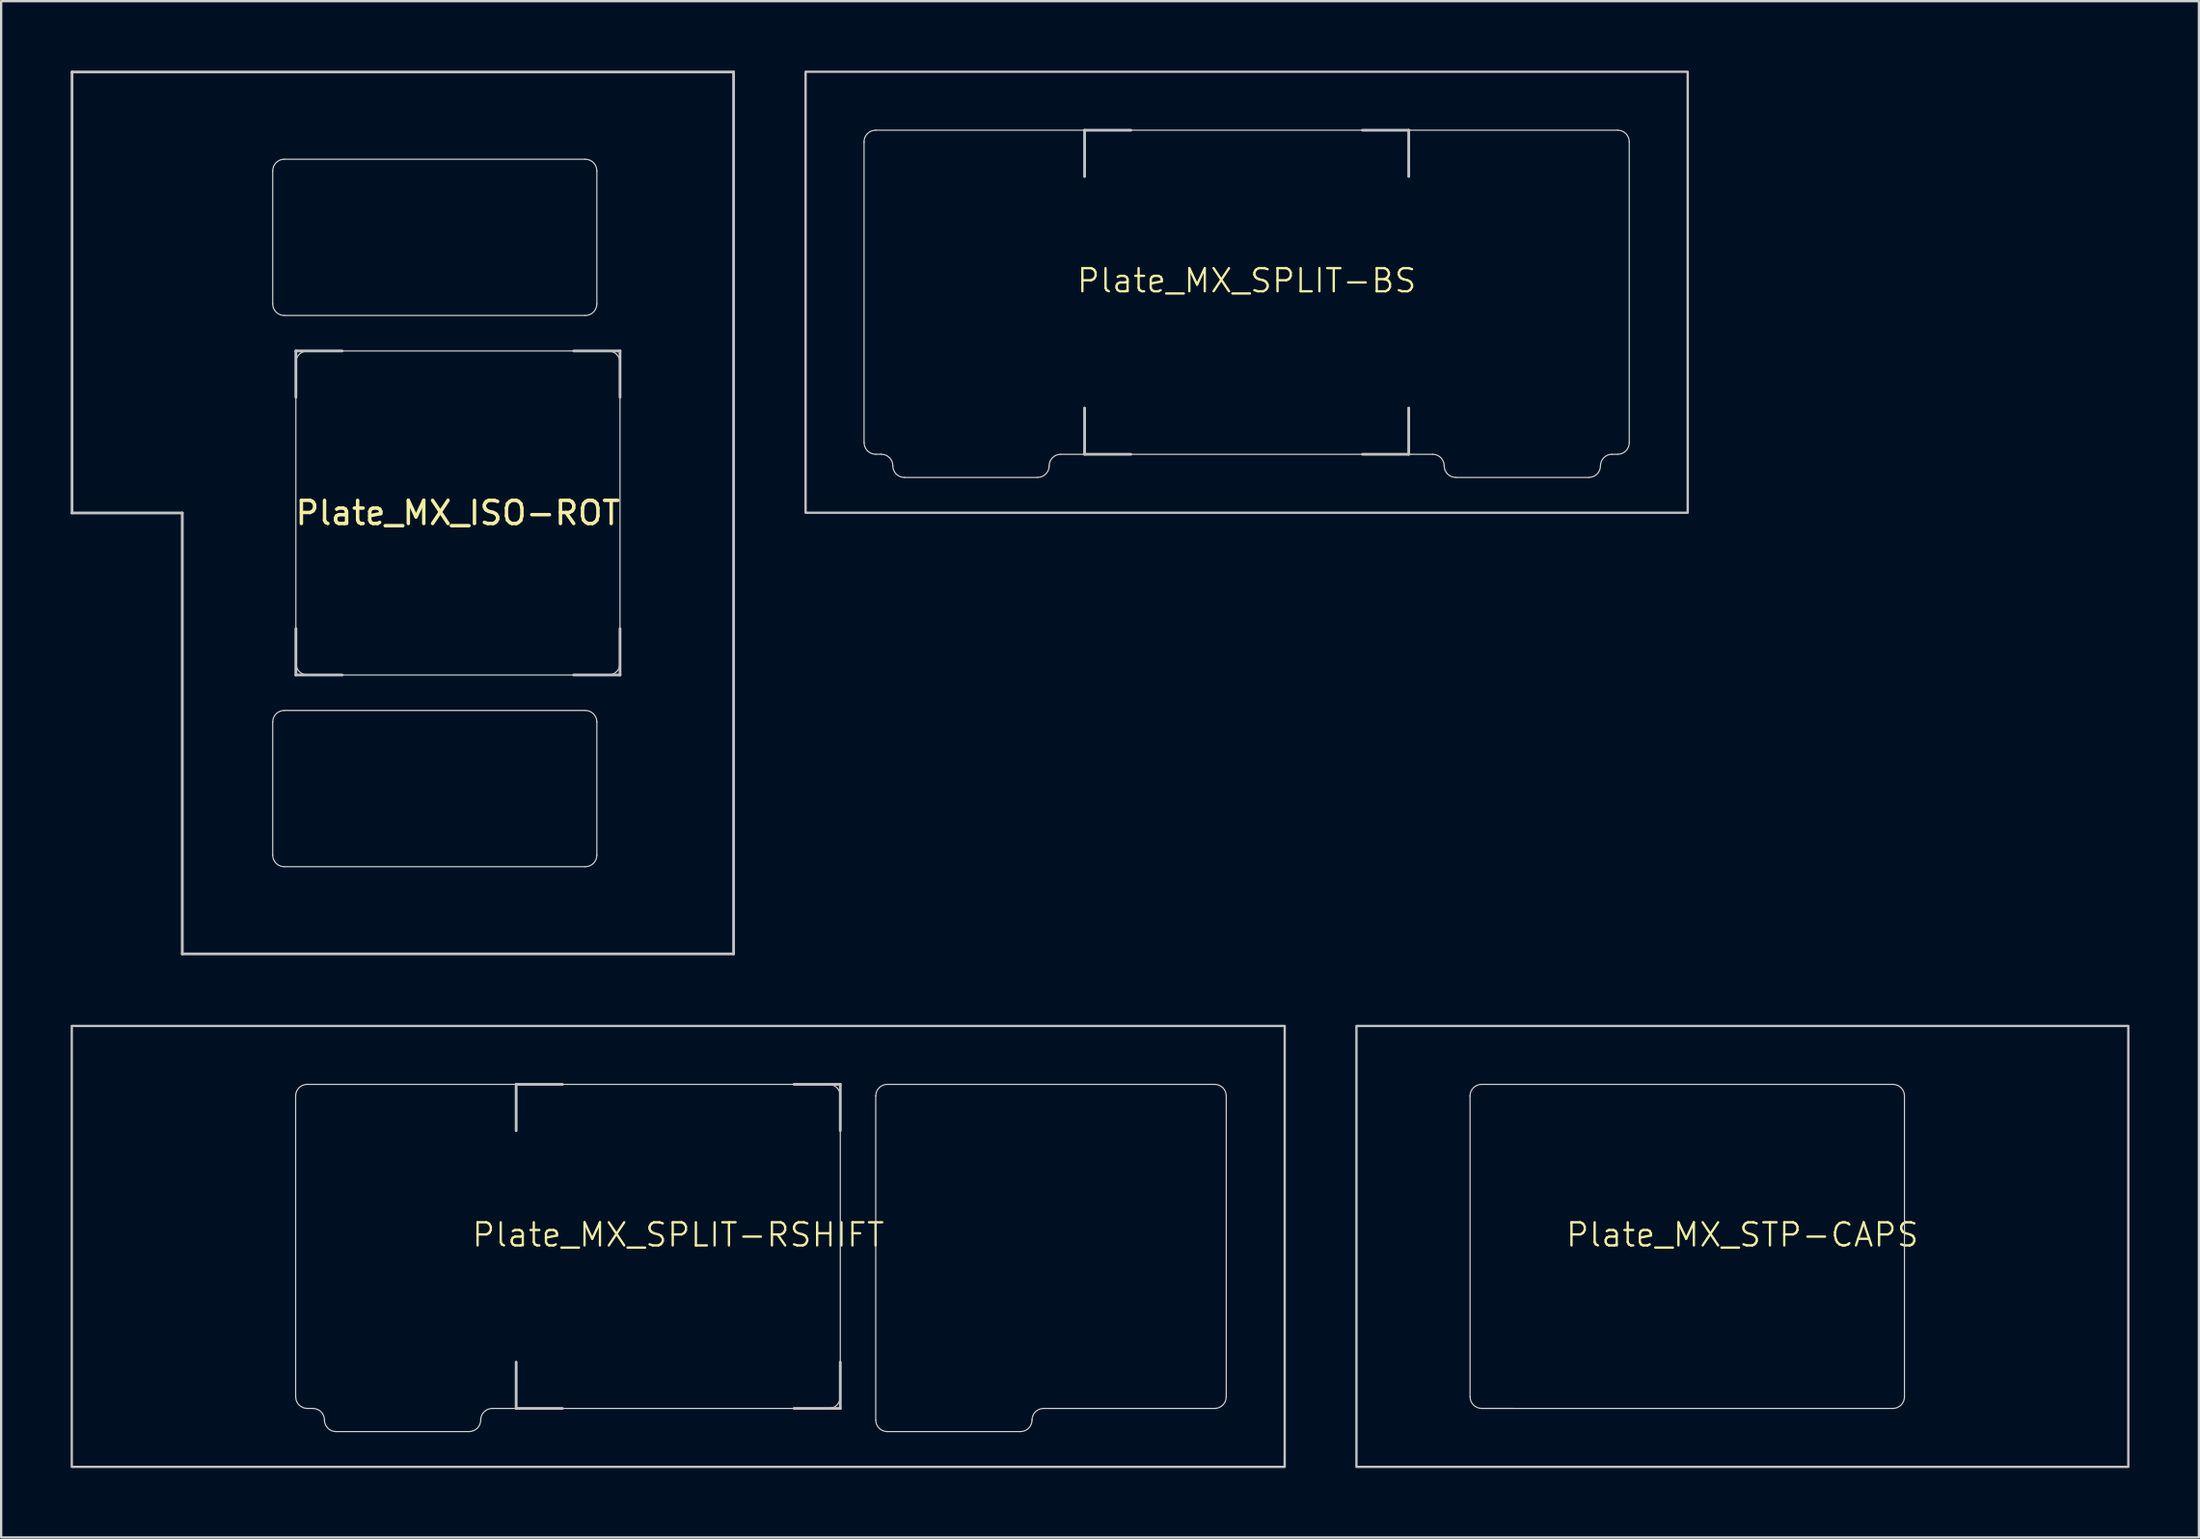
<source format=kicad_pcb>
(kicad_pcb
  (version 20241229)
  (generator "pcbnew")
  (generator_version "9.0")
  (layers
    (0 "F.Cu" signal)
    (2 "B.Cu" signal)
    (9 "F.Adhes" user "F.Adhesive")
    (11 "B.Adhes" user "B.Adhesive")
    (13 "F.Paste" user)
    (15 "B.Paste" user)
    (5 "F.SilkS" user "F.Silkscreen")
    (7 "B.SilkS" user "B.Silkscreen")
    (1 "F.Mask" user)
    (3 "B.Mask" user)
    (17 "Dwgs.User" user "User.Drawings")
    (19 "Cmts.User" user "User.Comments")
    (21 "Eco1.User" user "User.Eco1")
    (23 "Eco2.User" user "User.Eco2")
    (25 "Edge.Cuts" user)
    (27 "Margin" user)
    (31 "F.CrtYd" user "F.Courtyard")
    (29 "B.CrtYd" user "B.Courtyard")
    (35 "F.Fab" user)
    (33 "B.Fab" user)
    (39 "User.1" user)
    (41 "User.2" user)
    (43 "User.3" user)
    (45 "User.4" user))
  (footprint "Plate_MX_SPLIT-RSHIFT"
    (layer "F.Cu")
    (at 26.244 50.795)
    (property "Reference" "Plate_MX_SPLIT-RSHIFT" (at 0 -0.5 0) (unlocked yes) (layer "F.SilkS") (effects (font (size 1 1) (thickness 0.1))))
    (attr exclude_from_pos_files exclude_from_bom allow_missing_courtyard)
    (fp_line (start -7 -7) (end -5 -7) (stroke (width 0.12) (type solid)) (layer "Dwgs.User"))
    (fp_line (start -7 -5) (end -7 -7) (stroke (width 0.12) (type solid)) (layer "Dwgs.User"))
    (fp_line (start -7 7) (end -7 5) (stroke (width 0.12) (type solid)) (layer "Dwgs.User"))
    (fp_line (start -5 7) (end -7 7) (stroke (width 0.12) (type solid)) (layer "Dwgs.User"))
    (fp_line (start 5 -7) (end 7 -7) (stroke (width 0.12) (type solid)) (layer "Dwgs.User"))
    (fp_line (start 5 7) (end 7 7) (stroke (width 0.12) (type solid)) (layer "Dwgs.User"))
    (fp_line (start 7 -7) (end 7 -5) (stroke (width 0.12) (type solid)) (layer "Dwgs.User"))
    (fp_line (start 7 7) (end 7 5) (stroke (width 0.12) (type solid)) (layer "Dwgs.User"))
    (fp_rect (start -26.194 -9.525) (end 26.194 9.525) (stroke (width 0.1) (type solid)) (fill no) (layer "Dwgs.User"))
    (fp_line (start -16.525 -6.5) (end -16.525 6.5) (stroke (width 0.05) (type solid)) (layer "Edge.Cuts"))
    (fp_line (start -15.781 7) (end -16.022 6.999) (stroke (width 0.05) (type default)) (layer "Edge.Cuts"))
    (fp_line (start -14.781 8) (end -9.031 8) (stroke (width 0.05) (type solid)) (layer "Edge.Cuts"))
    (fp_line (start -8.031 7) (end 6.5 7) (stroke (width 0.05) (type default)) (layer "Edge.Cuts"))
    (fp_line (start 6.5 -7) (end -16.025 -7) (stroke (width 0.05) (type solid)) (layer "Edge.Cuts"))
    (fp_line (start 7 6.5) (end 7 -6.5) (stroke (width 0.05) (type solid)) (layer "Edge.Cuts"))
    (fp_line (start 8.531 -6.5) (end 8.531 7.5) (stroke (width 0.05) (type solid)) (layer "Edge.Cuts"))
    (fp_line (start 9.031 8) (end 14.781 8) (stroke (width 0.05) (type solid)) (layer "Edge.Cuts"))
    (fp_line (start 15.781 7) (end 23.169 7) (stroke (width 0.05) (type default)) (layer "Edge.Cuts"))
    (fp_line (start 23.169 -7) (end 9.031 -7) (stroke (width 0.05) (type solid)) (layer "Edge.Cuts"))
    (fp_line (start 23.669 6.5) (end 23.669 -6.5) (stroke (width 0.05) (type solid)) (layer "Edge.Cuts"))
    (fp_arc (start -16.525 -6.5) (mid -16.378553 -6.853553) (end -16.025 -7) (stroke (width 0.05) (type solid)) (layer "Edge.Cuts"))
    (fp_arc (start -16.022236 6.998884) (mid -16.375789 6.852437) (end -16.522236 6.498884) (stroke (width 0.05) (type solid)) (layer "Edge.Cuts"))
    (fp_arc (start -15.78125 7.000001) (mid -15.427687 7.146438) (end -15.28125 7.500001) (stroke (width 0.05) (type solid)) (layer "Edge.Cuts"))
    (fp_arc (start -14.78125 8.000001) (mid -15.134803 7.853554) (end -15.28125 7.500001) (stroke (width 0.05) (type solid)) (layer "Edge.Cuts"))
    (fp_arc (start -8.53125 7.500001) (mid -8.677697 7.853554) (end -9.03125 8.000001) (stroke (width 0.05) (type solid)) (layer "Edge.Cuts"))
    (fp_arc (start -8.53125 7.500001) (mid -8.384813 7.146438) (end -8.03125 7.000001) (stroke (width 0.05) (type solid)) (layer "Edge.Cuts"))
    (fp_arc (start 6.5 -7) (mid 6.853554 -6.853554) (end 7 -6.5) (stroke (width 0.05) (type solid)) (layer "Edge.Cuts"))
    (fp_arc (start 7 6.5) (mid 6.853554 6.853554) (end 6.5 7) (stroke (width 0.05) (type solid)) (layer "Edge.Cuts"))
    (fp_arc (start 8.53125 -6.5) (mid 8.677693 -6.853572) (end 9.03125 -7) (stroke (width 0.05) (type solid)) (layer "Edge.Cuts"))
    (fp_arc (start 9.03125 8.000001) (mid 8.677697 7.853554) (end 8.53125 7.500001) (stroke (width 0.05) (type solid)) (layer "Edge.Cuts"))
    (fp_arc (start 15.28125 7.500001) (mid 15.134803 7.853554) (end 14.78125 8.000001) (stroke (width 0.05) (type solid)) (layer "Edge.Cuts"))
    (fp_arc (start 15.28125 7.500001) (mid 15.427687 7.146438) (end 15.78125 7.000001) (stroke (width 0.05) (type solid)) (layer "Edge.Cuts"))
    (fp_arc (start 23.16875 -7) (mid 23.522303 -6.853553) (end 23.66875 -6.5) (stroke (width 0.05) (type solid)) (layer "Edge.Cuts"))
    (fp_arc (start 23.66875 6.5) (mid 23.522303 6.853553) (end 23.16875 7) (stroke (width 0.05) (type solid)) (layer "Edge.Cuts")))
  (footprint "Plate_MX_SPLIT-BS"
    (layer "F.Cu")
    (at 50.795 9.575)
    (property "Reference" "Plate_MX_SPLIT-BS" (at 0 -0.5 0) (unlocked yes) (layer "F.SilkS") (effects (font (size 1 1) (thickness 0.1))))
    (attr exclude_from_pos_files exclude_from_bom allow_missing_courtyard)
    (fp_line (start -7 -7) (end -5 -7) (stroke (width 0.12) (type solid)) (layer "Dwgs.User"))
    (fp_line (start -7 -5) (end -7 -7) (stroke (width 0.12) (type solid)) (layer "Dwgs.User"))
    (fp_line (start -7 7) (end -7 5) (stroke (width 0.12) (type solid)) (layer "Dwgs.User"))
    (fp_line (start -5 7) (end -7 7) (stroke (width 0.12) (type solid)) (layer "Dwgs.User"))
    (fp_line (start 5 -7) (end 7 -7) (stroke (width 0.12) (type solid)) (layer "Dwgs.User"))
    (fp_line (start 5 7) (end 7 7) (stroke (width 0.12) (type solid)) (layer "Dwgs.User"))
    (fp_line (start 7 -7) (end 7 -5) (stroke (width 0.12) (type solid)) (layer "Dwgs.User"))
    (fp_line (start 7 7) (end 7 5) (stroke (width 0.12) (type solid)) (layer "Dwgs.User"))
    (fp_rect (start -19.05 -9.525) (end 19.05 9.525) (stroke (width 0.1) (type solid)) (fill no) (layer "Dwgs.User"))
    (fp_line (start -16.525 -6.5) (end -16.525 6.5) (stroke (width 0.05) (type solid)) (layer "Edge.Cuts"))
    (fp_line (start -15.781 7) (end -16.022 6.999) (stroke (width 0.05) (type default)) (layer "Edge.Cuts"))
    (fp_line (start -14.781 8) (end -9.031 8) (stroke (width 0.05) (type solid)) (layer "Edge.Cuts"))
    (fp_line (start 8.031 7) (end -8.031 7) (stroke (width 0.05) (type default)) (layer "Edge.Cuts"))
    (fp_line (start 9.031 8) (end 14.781 8) (stroke (width 0.05) (type solid)) (layer "Edge.Cuts"))
    (fp_line (start 16.025 -7) (end -16.025 -7) (stroke (width 0.05) (type solid)) (layer "Edge.Cuts"))
    (fp_line (start 16.025 7) (end 15.781 7) (stroke (width 0.05) (type default)) (layer "Edge.Cuts"))
    (fp_line (start 16.525 6.5) (end 16.525 -6.5) (stroke (width 0.05) (type solid)) (layer "Edge.Cuts"))
    (fp_arc (start -16.525 -6.5) (mid -16.378553 -6.853553) (end -16.025 -7) (stroke (width 0.05) (type solid)) (layer "Edge.Cuts"))
    (fp_arc (start -16.022236 6.998884) (mid -16.375789 6.852437) (end -16.522236 6.498884) (stroke (width 0.05) (type solid)) (layer "Edge.Cuts"))
    (fp_arc (start -15.78125 7.000001) (mid -15.427697 7.146448) (end -15.28125 7.500001) (stroke (width 0.05) (type solid)) (layer "Edge.Cuts"))
    (fp_arc (start -14.78125 8.000001) (mid -15.134803 7.853554) (end -15.28125 7.500001) (stroke (width 0.05) (type solid)) (layer "Edge.Cuts"))
    (fp_arc (start -8.53125 7.500001) (mid -8.677697 7.853554) (end -9.03125 8.000001) (stroke (width 0.05) (type solid)) (layer "Edge.Cuts"))
    (fp_arc (start -8.53125 7.500001) (mid -8.384803 7.146448) (end -8.03125 7.000001) (stroke (width 0.05) (type solid)) (layer "Edge.Cuts"))
    (fp_arc (start 8.03125 7.000001) (mid 8.384803 7.146448) (end 8.53125 7.500001) (stroke (width 0.05) (type solid)) (layer "Edge.Cuts"))
    (fp_arc (start 9.03125 8.000001) (mid 8.677697 7.853554) (end 8.53125 7.500001) (stroke (width 0.05) (type solid)) (layer "Edge.Cuts"))
    (fp_arc (start 15.28125 7.500001) (mid 15.134803 7.853554) (end 14.78125 8.000001) (stroke (width 0.05) (type solid)) (layer "Edge.Cuts"))
    (fp_arc (start 15.28125 7.500001) (mid 15.427697 7.146448) (end 15.78125 7.000001) (stroke (width 0.05) (type solid)) (layer "Edge.Cuts"))
    (fp_arc (start 16.025 -7) (mid 16.378553 -6.853553) (end 16.525 -6.5) (stroke (width 0.05) (type solid)) (layer "Edge.Cuts"))
    (fp_arc (start 16.525 6.5) (mid 16.378553 6.853553) (end 16.025 7) (stroke (width 0.05) (type solid)) (layer "Edge.Cuts")))
  (footprint "Plate_MX_STP-CAPS"
    (layer "F.Cu")
    (at 72.206 50.795)
    (property "Reference" "Plate_MX_STP-CAPS" (at 0 -0.5 0) (unlocked yes) (layer "F.SilkS") (effects (font (size 1 1) (thickness 0.1))))
    (attr exclude_from_pos_files exclude_from_bom allow_missing_courtyard)
    (fp_rect (start -16.669 -9.525) (end 16.669 9.525) (stroke (width 0.1) (type solid)) (fill no) (layer "Dwgs.User"))
    (fp_line (start -11.762 -6.5) (end -11.762 6.5) (stroke (width 0.05) (type solid)) (layer "Edge.Cuts"))
    (fp_line (start -11.26 6.999) (end 6.5 7) (stroke (width 0.05) (type solid)) (layer "Edge.Cuts"))
    (fp_line (start 6.5 -7) (end -11.262 -7) (stroke (width 0.05) (type solid)) (layer "Edge.Cuts"))
    (fp_line (start 7 6.5) (end 7 -6.5) (stroke (width 0.05) (type solid)) (layer "Edge.Cuts"))
    (fp_arc (start -11.7625 -6.5) (mid -11.616053 -6.853553) (end -11.2625 -7) (stroke (width 0.05) (type solid)) (layer "Edge.Cuts"))
    (fp_arc (start -11.259736 6.998884) (mid -11.613289 6.852437) (end -11.759736 6.498884) (stroke (width 0.05) (type solid)) (layer "Edge.Cuts"))
    (fp_arc (start 6.5 -7) (mid 6.853554 -6.853554) (end 7 -6.5) (stroke (width 0.05) (type solid)) (layer "Edge.Cuts"))
    (fp_arc (start 7 6.5) (mid 6.853554 6.853554) (end 6.5 7) (stroke (width 0.05) (type solid)) (layer "Edge.Cuts")))
  (footprint "Plate_MX_ISO-ROT"
    (layer "F.Cu")
    (at 16.729 19.11)
    (property "Reference" "Plate_MX_ISO-ROT" (at 0 0 180) (layer "F.SilkS") (effects (font (size 1 1) (thickness 0.15))))
    (attr through_hole exclude_from_pos_files exclude_from_bom allow_missing_courtyard)
    (fp_line (start -16.669 -19.05) (end -16.669 0) (stroke (width 0.12) (type solid)) (layer "Dwgs.User"))
    (fp_line (start -16.669 0) (end -11.906 0) (stroke (width 0.12) (type solid)) (layer "Dwgs.User"))
    (fp_line (start -11.906 0) (end -11.906 19.05) (stroke (width 0.12) (type solid)) (layer "Dwgs.User"))
    (fp_line (start -11.906 19.05) (end 11.906 19.05) (stroke (width 0.12) (type solid)) (layer "Dwgs.User"))
    (fp_line (start -7 -7) (end -5 -7) (stroke (width 0.12) (type solid)) (layer "Dwgs.User"))
    (fp_line (start -7 -5) (end -7 -7) (stroke (width 0.12) (type solid)) (layer "Dwgs.User"))
    (fp_line (start -7 7) (end -7 5) (stroke (width 0.12) (type solid)) (layer "Dwgs.User"))
    (fp_line (start -5 7) (end -7 7) (stroke (width 0.12) (type solid)) (layer "Dwgs.User"))
    (fp_line (start 7 -7) (end 5 -7) (stroke (width 0.12) (type solid)) (layer "Dwgs.User"))
    (fp_line (start 7 -5) (end 7 -7) (stroke (width 0.12) (type solid)) (layer "Dwgs.User"))
    (fp_line (start 7 5) (end 7 7) (stroke (width 0.12) (type solid)) (layer "Dwgs.User"))
    (fp_line (start 7 7) (end 5 7) (stroke (width 0.12) (type solid)) (layer "Dwgs.User"))
    (fp_line (start 11.906 -19.05) (end -16.669 -19.05) (stroke (width 0.12) (type solid)) (layer "Dwgs.User"))
    (fp_line (start 11.906 19.05) (end 11.906 -19.05) (stroke (width 0.12) (type solid)) (layer "Dwgs.User"))
    (fp_line (start -8 -9.031) (end -8 -14.781) (stroke (width 0.05) (type solid)) (layer "Edge.Cuts"))
    (fp_line (start -8 14.782) (end -8 9.032) (stroke (width 0.05) (type solid)) (layer "Edge.Cuts"))
    (fp_line (start -7.5 -15.281) (end 5.5 -15.281) (stroke (width 0.05) (type solid)) (layer "Edge.Cuts"))
    (fp_line (start -7.5 -8.531) (end 5.5 -8.531) (stroke (width 0.05) (type solid)) (layer "Edge.Cuts"))
    (fp_line (start -7.5 8.532) (end 5.5 8.532) (stroke (width 0.05) (type solid)) (layer "Edge.Cuts"))
    (fp_line (start -7.5 15.282) (end 5.5 15.282) (stroke (width 0.05) (type solid)) (layer "Edge.Cuts"))
    (fp_line (start -7 -6.5) (end -7 6.5) (stroke (width 0.05) (type solid)) (layer "Edge.Cuts"))
    (fp_line (start -6.5 7) (end 6.5 7) (stroke (width 0.05) (type solid)) (layer "Edge.Cuts"))
    (fp_line (start 6 -9.031) (end 6 -14.781) (stroke (width 0.05) (type solid)) (layer "Edge.Cuts"))
    (fp_line (start 6 14.782) (end 6 9.032) (stroke (width 0.05) (type solid)) (layer "Edge.Cuts"))
    (fp_line (start 6.5 -7) (end -6.5 -7) (stroke (width 0.05) (type solid)) (layer "Edge.Cuts"))
    (fp_line (start 7 6.5) (end 7 -6.5) (stroke (width 0.05) (type solid)) (layer "Edge.Cuts"))
    (fp_arc (start -8.000001 -14.780645) (mid -7.853554 -15.134198) (end -7.500001 -15.280645) (stroke (width 0.05) (type solid)) (layer "Edge.Cuts"))
    (fp_arc (start -8.000001 9.031855) (mid -7.853554 8.678302) (end -7.500001 8.531855) (stroke (width 0.05) (type solid)) (layer "Edge.Cuts"))
    (fp_arc (start -7.500001 -8.530645) (mid -7.853554 -8.677092) (end -8.000001 -9.030645) (stroke (width 0.05) (type solid)) (layer "Edge.Cuts"))
    (fp_arc (start -7.500001 15.281855) (mid -7.853554 15.135408) (end -8.000001 14.781855) (stroke (width 0.05) (type solid)) (layer "Edge.Cuts"))
    (fp_arc (start -7 -6.5) (mid -6.853553 -6.853553) (end -6.5 -7) (stroke (width 0.05) (type solid)) (layer "Edge.Cuts"))
    (fp_arc (start -6.497236 6.998884) (mid -6.850789 6.852437) (end -6.997236 6.498884) (stroke (width 0.05) (type solid)) (layer "Edge.Cuts"))
    (fp_arc (start 5.499999 -15.280645) (mid 5.853568 -15.134201) (end 5.999999 -14.780645) (stroke (width 0.05) (type solid)) (layer "Edge.Cuts"))
    (fp_arc (start 5.499999 8.531855) (mid 5.853568 8.678299) (end 5.999999 9.031855) (stroke (width 0.05) (type solid)) (layer "Edge.Cuts"))
    (fp_arc (start 5.999999 -9.030645) (mid 5.853551 -8.677094) (end 5.499999 -8.530645) (stroke (width 0.05) (type solid)) (layer "Edge.Cuts"))
    (fp_arc (start 5.999999 14.781855) (mid 5.853551 15.135406) (end 5.499999 15.281855) (stroke (width 0.05) (type solid)) (layer "Edge.Cuts"))
    (fp_arc (start 6.5 -7) (mid 6.853554 -6.853554) (end 7 -6.5) (stroke (width 0.05) (type solid)) (layer "Edge.Cuts"))
    (fp_arc (start 7 6.5) (mid 6.853554 6.853554) (end 6.5 7) (stroke (width 0.05) (type solid)) (layer "Edge.Cuts")))
  (gr_rect
    (start -3 -3)
    (end 91.925 63.37)
    (stroke (width 0.1) (type default))
    (fill no)
    (layer "Edge.Cuts")))
</source>
